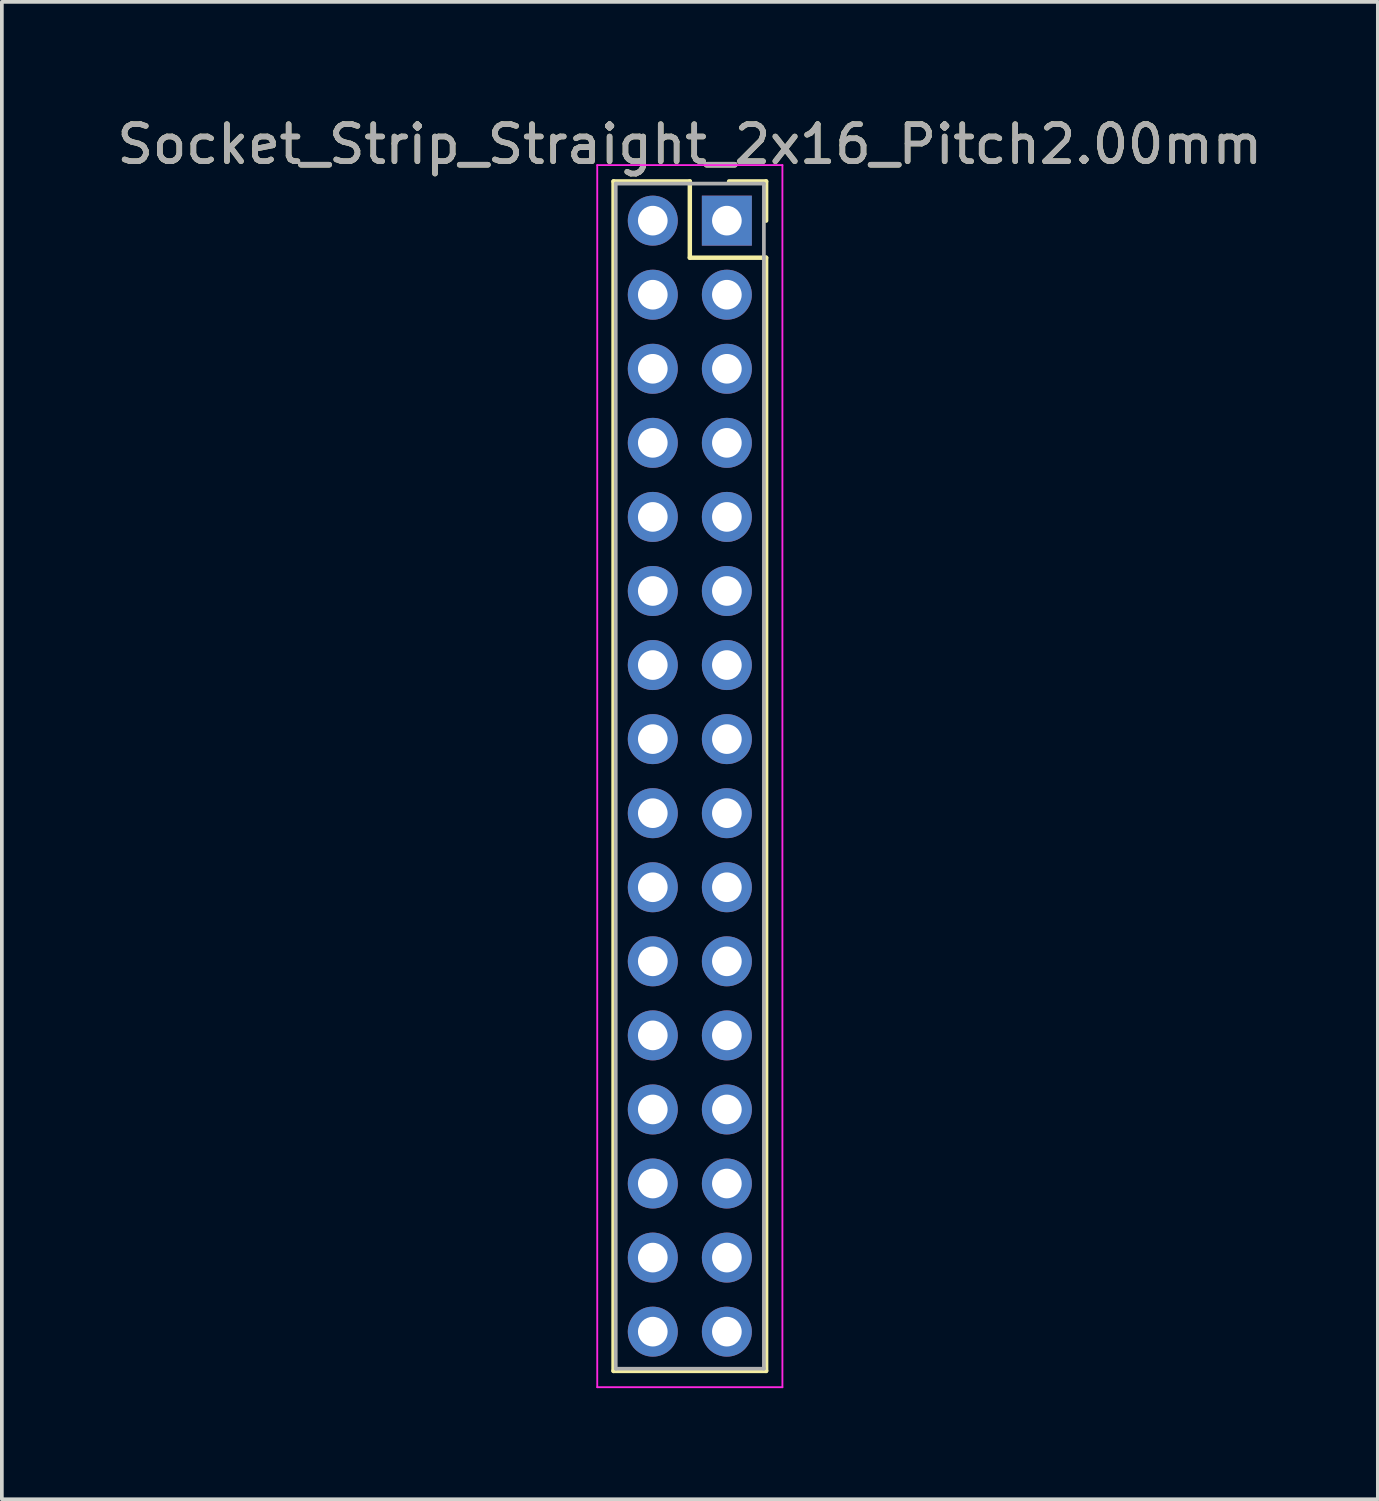
<source format=kicad_pcb>
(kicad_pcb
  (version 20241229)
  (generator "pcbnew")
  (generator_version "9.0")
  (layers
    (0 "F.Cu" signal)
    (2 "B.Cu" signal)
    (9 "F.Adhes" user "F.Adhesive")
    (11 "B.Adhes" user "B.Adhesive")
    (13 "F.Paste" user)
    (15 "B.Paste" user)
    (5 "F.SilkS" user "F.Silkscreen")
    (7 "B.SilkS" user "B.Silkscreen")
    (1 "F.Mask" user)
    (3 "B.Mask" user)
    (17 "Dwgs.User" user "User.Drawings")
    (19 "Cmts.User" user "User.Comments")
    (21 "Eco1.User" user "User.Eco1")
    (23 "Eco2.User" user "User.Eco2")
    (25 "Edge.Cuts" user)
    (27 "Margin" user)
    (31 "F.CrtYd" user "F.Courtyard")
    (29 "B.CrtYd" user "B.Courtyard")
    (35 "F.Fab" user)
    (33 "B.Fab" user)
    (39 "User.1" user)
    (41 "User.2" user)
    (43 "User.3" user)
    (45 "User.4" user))
  (footprint "Socket_Strip_Straight_2x16_Pitch2.00mm"
    (layer "F.Cu")
    (at 16.577 2.908)
    (property "Reference" "Socket_Strip_Straight_2x16_Pitch2.00mm" (at -1 -2.06 0) (layer "F.SilkS") (effects (font (size 1 1) (thickness 0.15))))
    (attr through_hole)
    (fp_line (start -3.06 -1.06) (end -1 -1.06) (stroke (width 0.12) (type solid)) (layer "F.SilkS"))
    (fp_line (start -3.06 31.06) (end -3.06 -1.06) (stroke (width 0.12) (type solid)) (layer "F.SilkS"))
    (fp_line (start -1 -1.06) (end -1 1) (stroke (width 0.12) (type solid)) (layer "F.SilkS"))
    (fp_line (start -1 1) (end 1.06 1) (stroke (width 0.12) (type solid)) (layer "F.SilkS"))
    (fp_line (start 1.06 -1.06) (end 0.06 -1.06) (stroke (width 0.12) (type solid)) (layer "F.SilkS"))
    (fp_line (start 1.06 0) (end 1.06 -1.06) (stroke (width 0.12) (type solid)) (layer "F.SilkS"))
    (fp_line (start 1.06 1) (end 1.06 31.06) (stroke (width 0.12) (type solid)) (layer "F.SilkS"))
    (fp_line (start 1.06 31.06) (end -3.06 31.06) (stroke (width 0.12) (type solid)) (layer "F.SilkS"))
    (fp_line (start -3.5 -1.5) (end -3.5 31.5) (stroke (width 0.05) (type solid)) (layer "F.CrtYd"))
    (fp_line (start -3.5 31.5) (end 1.5 31.5) (stroke (width 0.05) (type solid)) (layer "F.CrtYd"))
    (fp_line (start 1.5 -1.5) (end -3.5 -1.5) (stroke (width 0.05) (type solid)) (layer "F.CrtYd"))
    (fp_line (start 1.5 31.5) (end 1.5 -1.5) (stroke (width 0.05) (type solid)) (layer "F.CrtYd"))
    (fp_line (start -3 -1) (end -3 31) (stroke (width 0.1) (type solid)) (layer "F.Fab"))
    (fp_line (start -3 31) (end 1 31) (stroke (width 0.1) (type solid)) (layer "F.Fab"))
    (fp_line (start 1 -1) (end -3 -1) (stroke (width 0.1) (type solid)) (layer "F.Fab"))
    (fp_line (start 1 31) (end 1 -1) (stroke (width 0.1) (type solid)) (layer "F.Fab"))
    (fp_text user "${REFERENCE}" (at -1 -2.06 0) (layer "F.Fab") (effects (font (size 1 1) (thickness 0.15))))
    (pad "1" thru_hole rect (at 0 0) (size 1.35 1.35) (drill 0.8) (layers "*.Cu" "*.Mask"))
    (pad "2" thru_hole oval (at -2 0) (size 1.35 1.35) (drill 0.8) (layers "*.Cu" "*.Mask"))
    (pad "3" thru_hole oval (at 0 2) (size 1.35 1.35) (drill 0.8) (layers "*.Cu" "*.Mask"))
    (pad "4" thru_hole oval (at -2 2) (size 1.35 1.35) (drill 0.8) (layers "*.Cu" "*.Mask"))
    (pad "5" thru_hole oval (at 0 4) (size 1.35 1.35) (drill 0.8) (layers "*.Cu" "*.Mask"))
    (pad "6" thru_hole oval (at -2 4) (size 1.35 1.35) (drill 0.8) (layers "*.Cu" "*.Mask"))
    (pad "7" thru_hole oval (at 0 6) (size 1.35 1.35) (drill 0.8) (layers "*.Cu" "*.Mask"))
    (pad "8" thru_hole oval (at -2 6) (size 1.35 1.35) (drill 0.8) (layers "*.Cu" "*.Mask"))
    (pad "9" thru_hole oval (at 0 8) (size 1.35 1.35) (drill 0.8) (layers "*.Cu" "*.Mask"))
    (pad "10" thru_hole oval (at -2 8) (size 1.35 1.35) (drill 0.8) (layers "*.Cu" "*.Mask"))
    (pad "11" thru_hole oval (at 0 10) (size 1.35 1.35) (drill 0.8) (layers "*.Cu" "*.Mask"))
    (pad "12" thru_hole oval (at -2 10) (size 1.35 1.35) (drill 0.8) (layers "*.Cu" "*.Mask"))
    (pad "13" thru_hole oval (at 0 12) (size 1.35 1.35) (drill 0.8) (layers "*.Cu" "*.Mask"))
    (pad "14" thru_hole oval (at -2 12) (size 1.35 1.35) (drill 0.8) (layers "*.Cu" "*.Mask"))
    (pad "15" thru_hole oval (at 0 14) (size 1.35 1.35) (drill 0.8) (layers "*.Cu" "*.Mask"))
    (pad "16" thru_hole oval (at -2 14) (size 1.35 1.35) (drill 0.8) (layers "*.Cu" "*.Mask"))
    (pad "17" thru_hole oval (at 0 16) (size 1.35 1.35) (drill 0.8) (layers "*.Cu" "*.Mask"))
    (pad "18" thru_hole oval (at -2 16) (size 1.35 1.35) (drill 0.8) (layers "*.Cu" "*.Mask"))
    (pad "19" thru_hole oval (at 0 18) (size 1.35 1.35) (drill 0.8) (layers "*.Cu" "*.Mask"))
    (pad "20" thru_hole oval (at -2 18) (size 1.35 1.35) (drill 0.8) (layers "*.Cu" "*.Mask"))
    (pad "21" thru_hole oval (at 0 20) (size 1.35 1.35) (drill 0.8) (layers "*.Cu" "*.Mask"))
    (pad "22" thru_hole oval (at -2 20) (size 1.35 1.35) (drill 0.8) (layers "*.Cu" "*.Mask"))
    (pad "23" thru_hole oval (at 0 22) (size 1.35 1.35) (drill 0.8) (layers "*.Cu" "*.Mask"))
    (pad "24" thru_hole oval (at -2 22) (size 1.35 1.35) (drill 0.8) (layers "*.Cu" "*.Mask"))
    (pad "25" thru_hole oval (at 0 24) (size 1.35 1.35) (drill 0.8) (layers "*.Cu" "*.Mask"))
    (pad "26" thru_hole oval (at -2 24) (size 1.35 1.35) (drill 0.8) (layers "*.Cu" "*.Mask"))
    (pad "27" thru_hole oval (at 0 26) (size 1.35 1.35) (drill 0.8) (layers "*.Cu" "*.Mask"))
    (pad "28" thru_hole oval (at -2 26) (size 1.35 1.35) (drill 0.8) (layers "*.Cu" "*.Mask"))
    (pad "29" thru_hole oval (at 0 28) (size 1.35 1.35) (drill 0.8) (layers "*.Cu" "*.Mask"))
    (pad "30" thru_hole oval (at -2 28) (size 1.35 1.35) (drill 0.8) (layers "*.Cu" "*.Mask"))
    (pad "31" thru_hole oval (at 0 30) (size 1.35 1.35) (drill 0.8) (layers "*.Cu" "*.Mask"))
    (pad "32" thru_hole oval (at -2 30) (size 1.35 1.35) (drill 0.8) (layers "*.Cu" "*.Mask")))
  (gr_rect
    (start -3 -3)
    (end 34.155 37.433)
    (stroke (width 0.1) (type default))
    (fill no)
    (layer "Edge.Cuts")))
</source>
